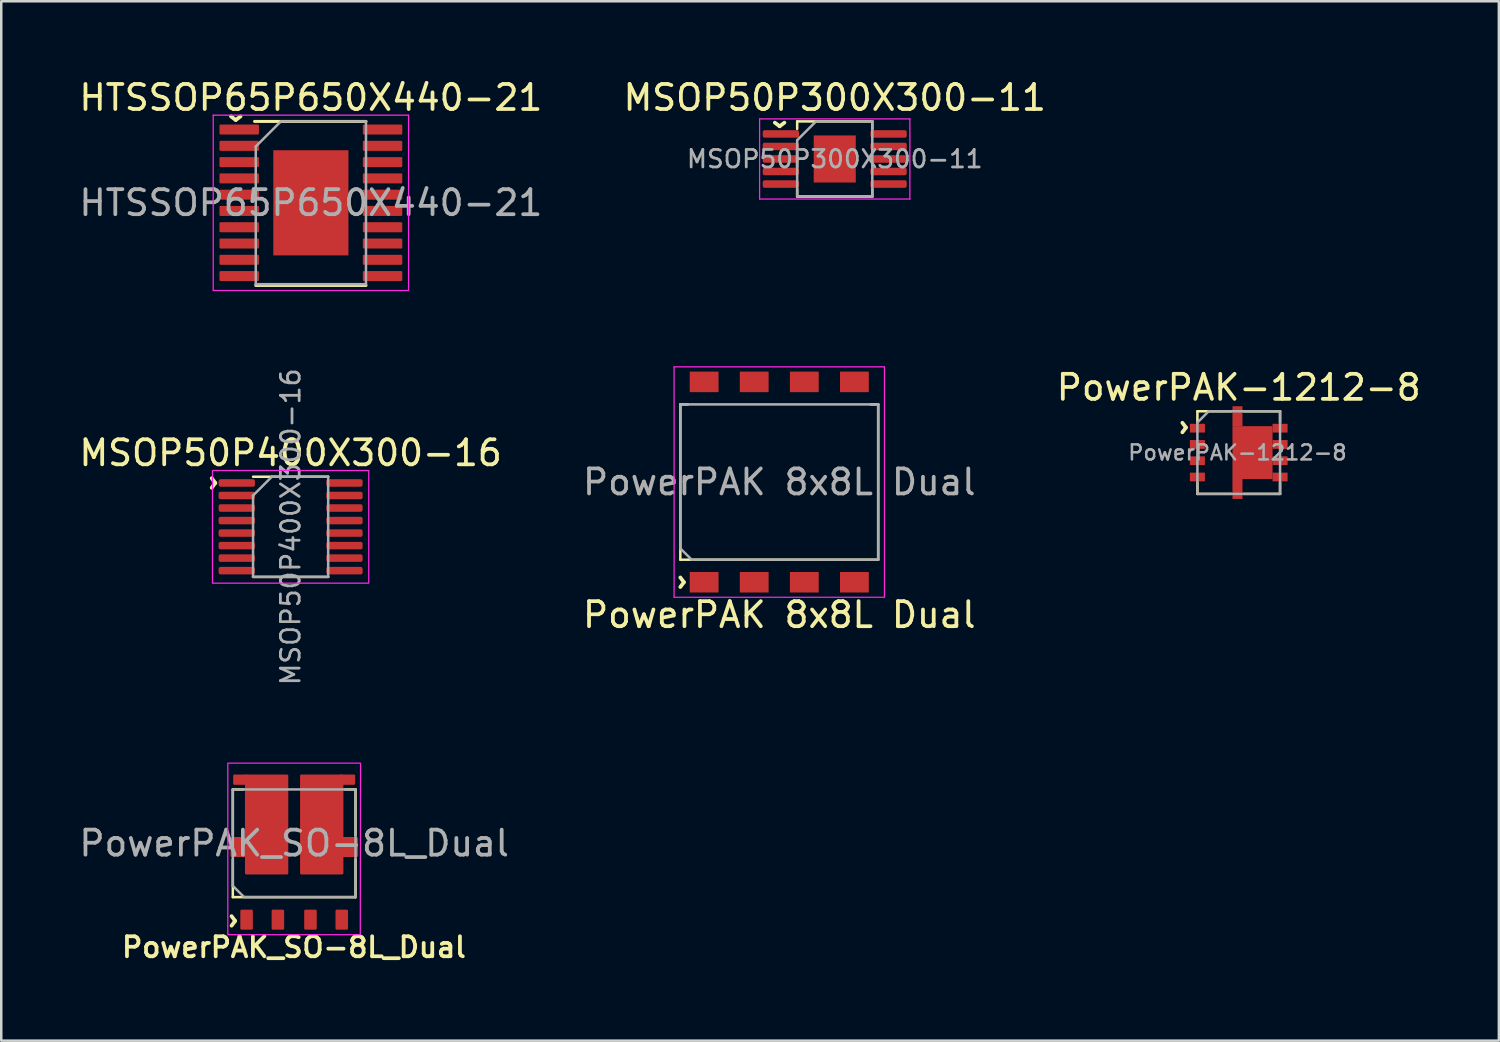
<source format=kicad_pcb>
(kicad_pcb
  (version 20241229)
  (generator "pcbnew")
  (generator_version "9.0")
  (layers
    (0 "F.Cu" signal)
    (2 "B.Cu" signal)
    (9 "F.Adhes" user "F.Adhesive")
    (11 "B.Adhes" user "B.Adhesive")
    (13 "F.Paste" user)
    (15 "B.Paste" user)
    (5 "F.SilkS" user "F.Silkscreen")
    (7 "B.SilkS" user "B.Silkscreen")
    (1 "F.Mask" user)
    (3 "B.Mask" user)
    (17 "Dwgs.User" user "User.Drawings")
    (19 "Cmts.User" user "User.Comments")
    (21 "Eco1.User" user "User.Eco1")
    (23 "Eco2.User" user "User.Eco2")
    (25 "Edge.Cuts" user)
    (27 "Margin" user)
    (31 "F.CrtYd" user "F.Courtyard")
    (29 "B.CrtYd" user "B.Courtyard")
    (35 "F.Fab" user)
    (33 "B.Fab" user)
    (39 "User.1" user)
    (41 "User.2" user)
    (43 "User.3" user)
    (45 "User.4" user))
  (footprint "MSOP50P400X300-16"
    (layer "F.Cu")
    (at 8.554 17.985)
    (property "Reference" "MSOP50P400X300-16" (at 0 -2.95 0) (layer "F.SilkS") (effects (font (size 1 1) (thickness 0.15))))
    (attr smd)
    (fp_line (start -1.5 -2) (end 1.5 -2) (stroke (width 0.1) (type solid)) (layer "F.SilkS"))
    (fp_line (start -1.5 2) (end 1.5 2) (stroke (width 0.1) (type solid)) (layer "F.SilkS"))
    (fp_poly (pts (xy 3.12 -2.25) (xy 3.12 2.25) (xy -3.12 2.25) (xy -3.12 -2.25) (xy 3.12 -2.25)) (stroke (width 0.05) (type solid)) (fill no) (layer "F.CrtYd"))
    (fp_line (start -1.5 -1.25) (end -0.75 -2) (stroke (width 0.1) (type solid)) (layer "F.Fab"))
    (fp_line (start -1.5 2) (end -1.5 -1.25) (stroke (width 0.1) (type solid)) (layer "F.Fab"))
    (fp_line (start -0.75 -2) (end 1.5 -2) (stroke (width 0.1) (type solid)) (layer "F.Fab"))
    (fp_line (start 1.5 -2) (end 1.5 2) (stroke (width 0.1) (type solid)) (layer "F.Fab"))
    (fp_line (start 1.5 2) (end -1.5 2) (stroke (width 0.1) (type solid)) (layer "F.Fab"))
    (fp_text user "^" (at -3.6 -1.75 270) (unlocked yes) (layer "F.SilkS") (effects (font (size 1 1) (thickness 0.15))))
    (fp_text user "${REFERENCE}" (at 0 0 90) (layer "F.Fab") (effects (font (size 0.75 0.75) (thickness 0.11))))
    (pad "1" smd roundrect (at -2.15 -1.75) (size 1.45 0.3) (layers "F.Cu" "F.Mask" "F.Paste") (roundrect_rratio 0.25))
    (pad "2" smd roundrect (at -2.15 -1.25) (size 1.45 0.3) (layers "F.Cu" "F.Mask" "F.Paste") (roundrect_rratio 0.25))
    (pad "3" smd roundrect (at -2.15 -0.75) (size 1.45 0.3) (layers "F.Cu" "F.Mask" "F.Paste") (roundrect_rratio 0.25))
    (pad "4" smd roundrect (at -2.15 -0.25) (size 1.45 0.3) (layers "F.Cu" "F.Mask" "F.Paste") (roundrect_rratio 0.25))
    (pad "5" smd roundrect (at -2.15 0.25) (size 1.45 0.3) (layers "F.Cu" "F.Mask" "F.Paste") (roundrect_rratio 0.25))
    (pad "6" smd roundrect (at -2.15 0.75) (size 1.45 0.3) (layers "F.Cu" "F.Mask" "F.Paste") (roundrect_rratio 0.25))
    (pad "7" smd roundrect (at -2.15 1.25) (size 1.45 0.3) (layers "F.Cu" "F.Mask" "F.Paste") (roundrect_rratio 0.25))
    (pad "8" smd roundrect (at -2.15 1.75) (size 1.45 0.3) (layers "F.Cu" "F.Mask" "F.Paste") (roundrect_rratio 0.25))
    (pad "9" smd roundrect (at 2.15 1.75) (size 1.45 0.3) (layers "F.Cu" "F.Mask" "F.Paste") (roundrect_rratio 0.25))
    (pad "10" smd roundrect (at 2.15 1.25) (size 1.45 0.3) (layers "F.Cu" "F.Mask" "F.Paste") (roundrect_rratio 0.25))
    (pad "11" smd roundrect (at 2.15 0.75) (size 1.45 0.3) (layers "F.Cu" "F.Mask" "F.Paste") (roundrect_rratio 0.25))
    (pad "12" smd roundrect (at 2.15 0.25) (size 1.45 0.3) (layers "F.Cu" "F.Mask" "F.Paste") (roundrect_rratio 0.25))
    (pad "13" smd roundrect (at 2.15 -0.25) (size 1.45 0.3) (layers "F.Cu" "F.Mask" "F.Paste") (roundrect_rratio 0.25))
    (pad "14" smd roundrect (at 2.15 -0.75) (size 1.45 0.3) (layers "F.Cu" "F.Mask" "F.Paste") (roundrect_rratio 0.25))
    (pad "15" smd roundrect (at 2.15 -1.25) (size 1.45 0.3) (layers "F.Cu" "F.Mask" "F.Paste") (roundrect_rratio 0.25))
    (pad "16" smd roundrect (at 2.15 -1.75) (size 1.45 0.3) (layers "F.Cu" "F.Mask" "F.Paste") (roundrect_rratio 0.25)))
  (footprint "MSOP50P300X300-11"
    (layer "F.Cu")
    (at 30.28 3.298)
    (property "Reference" "MSOP50P300X300-11" (at 0 -2.45 0) (layer "F.SilkS") (effects (font (size 1 1) (thickness 0.15))))
    (attr smd)
    (fp_line (start -1.5 -1.5) (end -1.5 -1.2) (stroke (width 0.1) (type solid)) (layer "F.SilkS"))
    (fp_line (start -1.5 1.5) (end -1.5 1.2) (stroke (width 0.1) (type solid)) (layer "F.SilkS"))
    (fp_line (start -1.5 1.5) (end 1.5 1.5) (stroke (width 0.1) (type solid)) (layer "F.SilkS"))
    (fp_line (start 1.5 -1.5) (end -1.5 -1.5) (stroke (width 0.1) (type solid)) (layer "F.SilkS"))
    (fp_line (start 1.5 -1.2) (end 1.5 -1.5) (stroke (width 0.1) (type solid)) (layer "F.SilkS"))
    (fp_line (start 1.5 1.5) (end 1.5 1.2) (stroke (width 0.1) (type solid)) (layer "F.SilkS"))
    (fp_line (start -3 -1.6) (end -3 1.6) (stroke (width 0.05) (type solid)) (layer "F.CrtYd"))
    (fp_line (start -3 1.6) (end 3 1.6) (stroke (width 0.05) (type solid)) (layer "F.CrtYd"))
    (fp_line (start 3 -1.6) (end -3 -1.6) (stroke (width 0.05) (type solid)) (layer "F.CrtYd"))
    (fp_line (start 3 1.6) (end 3 -1.6) (stroke (width 0.05) (type solid)) (layer "F.CrtYd"))
    (fp_line (start -1.5 -0.75) (end -0.75 -1.5) (stroke (width 0.1) (type solid)) (layer "F.Fab"))
    (fp_line (start -1.5 1.5) (end -1.5 -0.75) (stroke (width 0.1) (type solid)) (layer "F.Fab"))
    (fp_line (start -0.75 -1.5) (end 1.5 -1.5) (stroke (width 0.1) (type solid)) (layer "F.Fab"))
    (fp_line (start 1.5 -1.5) (end 1.5 1.5) (stroke (width 0.1) (type solid)) (layer "F.Fab"))
    (fp_line (start 1.5 1.5) (end -1.5 1.5) (stroke (width 0.1) (type solid)) (layer "F.Fab"))
    (fp_text user "^" (at -2.2 -1.9 180) (unlocked yes) (layer "F.SilkS") (effects (font (size 1 1) (thickness 0.15))))
    (fp_text user "${REFERENCE}" (at 0 0 0) (layer "F.Fab") (effects (font (size 0.7 0.7) (thickness 0.11))))
    (pad "" smd roundrect (at -0.42 -0.47) (size 0.68 0.76) (layers "F.Paste") (roundrect_rratio 0.25))
    (pad "" smd roundrect (at -0.42 0.47) (size 0.68 0.76) (layers "F.Paste") (roundrect_rratio 0.25))
    (pad "" smd roundrect (at 0.42 -0.47) (size 0.68 0.76) (layers "F.Paste") (roundrect_rratio 0.25))
    (pad "" smd roundrect (at 0.42 0.47) (size 0.68 0.76) (layers "F.Paste") (roundrect_rratio 0.25))
    (pad "1" smd roundrect (at -2.15 -1) (size 1.45 0.3) (layers "F.Cu" "F.Mask" "F.Paste") (roundrect_rratio 0.25))
    (pad "2" smd roundrect (at -2.15 -0.5) (size 1.45 0.3) (layers "F.Cu" "F.Mask" "F.Paste") (roundrect_rratio 0.25))
    (pad "3" smd roundrect (at -2.15 0) (size 1.45 0.3) (layers "F.Cu" "F.Mask" "F.Paste") (roundrect_rratio 0.25))
    (pad "4" smd roundrect (at -2.15 0.5) (size 1.45 0.3) (layers "F.Cu" "F.Mask" "F.Paste") (roundrect_rratio 0.25))
    (pad "5" smd roundrect (at -2.15 1) (size 1.45 0.3) (layers "F.Cu" "F.Mask" "F.Paste") (roundrect_rratio 0.25))
    (pad "6" smd roundrect (at 2.15 1) (size 1.45 0.3) (layers "F.Cu" "F.Mask" "F.Paste") (roundrect_rratio 0.25))
    (pad "7" smd roundrect (at 2.15 0.5) (size 1.45 0.3) (layers "F.Cu" "F.Mask" "F.Paste") (roundrect_rratio 0.25))
    (pad "8" smd roundrect (at 2.15 0) (size 1.45 0.3) (layers "F.Cu" "F.Mask" "F.Paste") (roundrect_rratio 0.25))
    (pad "9" smd roundrect (at 2.15 -0.5) (size 1.45 0.3) (layers "F.Cu" "F.Mask" "F.Paste") (roundrect_rratio 0.25))
    (pad "10" smd roundrect (at 2.15 -1) (size 1.45 0.3) (layers "F.Cu" "F.Mask" "F.Paste") (roundrect_rratio 0.25))
    (pad "11" smd rect (at 0 0) (size 1.68 1.88) (layers "F.Cu" "F.Mask")))
  (footprint "PowerPAK-1212-8"
    (layer "F.Cu")
    (at 46.411 15.021)
    (property "Reference" "PowerPAK-1212-8" (at 0 -2.6 0) (layer "F.SilkS") (effects (font (size 1 1) (thickness 0.15))))
    (attr smd)
    (fp_line (start -1.65 -1.65) (end -1.65 -1.2) (stroke (width 0.1) (type solid)) (layer "F.SilkS"))
    (fp_line (start -1.65 -1.65) (end -0.3 -1.65) (stroke (width 0.1) (type solid)) (layer "F.SilkS"))
    (fp_line (start -1.65 1.65) (end -1.65 1.2) (stroke (width 0.1) (type solid)) (layer "F.SilkS"))
    (fp_line (start -0.3 1.65) (end -1.65 1.65) (stroke (width 0.1) (type solid)) (layer "F.SilkS"))
    (fp_line (start 1.65 -1.65) (end 0.2 -1.65) (stroke (width 0.1) (type solid)) (layer "F.SilkS"))
    (fp_line (start 1.65 -1.65) (end 1.65 -1.2) (stroke (width 0.1) (type solid)) (layer "F.SilkS"))
    (fp_line (start 1.65 1.65) (end 0.2 1.65) (stroke (width 0.1) (type solid)) (layer "F.SilkS"))
    (fp_line (start 1.65 1.65) (end 1.65 1.2) (stroke (width 0.1) (type solid)) (layer "F.SilkS"))
    (fp_line (start -1.65 -1.2) (end -1.2 -1.65) (stroke (width 0.1) (type solid)) (layer "F.Fab"))
    (fp_line (start -1.65 1.65) (end -1.65 -1.2) (stroke (width 0.1) (type solid)) (layer "F.Fab"))
    (fp_line (start -1.2 -1.65) (end 1.65 -1.65) (stroke (width 0.1) (type solid)) (layer "F.Fab"))
    (fp_line (start 1.65 -1.65) (end 1.65 1.65) (stroke (width 0.1) (type solid)) (layer "F.Fab"))
    (fp_line (start 1.65 1.65) (end -1.65 1.65) (stroke (width 0.1) (type solid)) (layer "F.Fab"))
    (fp_text user "^" (at -2.7 -1 270) (unlocked yes) (layer "F.SilkS") (effects (font (size 1 1) (thickness 0.15))))
    (fp_text user "${REFERENCE}" (at -0.05 0 0) (unlocked yes) (layer "F.Fab") (effects (font (size 0.6 0.6) (thickness 0.1))))
    (pad "1" smd rect (at -1.65 -0.975) (size 0.6 0.35) (layers "F.Cu" "F.Mask" "F.Paste"))
    (pad "2" smd rect (at -1.65 -0.325) (size 0.6 0.35) (layers "F.Cu" "F.Mask" "F.Paste"))
    (pad "3" smd rect (at -1.65 0.325) (size 0.6 0.35) (layers "F.Cu" "F.Mask" "F.Paste"))
    (pad "4" smd rect (at -1.65 0.975) (size 0.6 0.35) (layers "F.Cu" "F.Mask" "F.Paste"))
    (pad "5" smd rect (at 1.65 0.975) (size 0.6 0.35) (layers "F.Cu" "F.Mask" "F.Paste"))
    (pad "6" smd rect (at 1.65 0.325) (size 0.6 0.35) (layers "F.Cu" "F.Mask" "F.Paste"))
    (pad "7" smd rect (at 1.65 -0.325) (size 0.6 0.35) (layers "F.Cu" "F.Mask" "F.Paste"))
    (pad "8" smd rect (at -0.05 -1.45) (size 0.4 0.8) (layers "F.Cu" "F.Mask" "F.Paste"))
    (pad "8" smd rect (at -0.05 1.45) (size 0.4 0.8) (layers "F.Cu" "F.Mask" "F.Paste"))
    (pad "8" smd rect (at 0.55 0) (size 1.6 2.11) (layers "F.Cu" "F.Mask" "F.Paste"))
    (pad "8" smd rect (at 1.65 -0.975) (size 0.6 0.35) (layers "F.Cu" "F.Mask" "F.Paste")))
  (footprint "HTSSOP65P650X440-21"
    (layer "F.Cu")
    (at 9.363 5.048)
    (property "Reference" "HTSSOP65P650X440-21" (at 0 -4.2 0) (layer "F.SilkS") (effects (font (size 1 1) (thickness 0.15))))
    (attr smd)
    (fp_line (start -2.25 -3.25) (end 2.2 -3.25) (stroke (width 0.12) (type solid)) (layer "F.SilkS"))
    (fp_line (start 2.2 3.3) (end -2.2 3.3) (stroke (width 0.12) (type solid)) (layer "F.SilkS"))
    (fp_line (start -3.9 -3.5) (end -3.9 3.5) (stroke (width 0.05) (type solid)) (layer "F.CrtYd"))
    (fp_line (start -3.9 3.5) (end 3.9 3.5) (stroke (width 0.05) (type solid)) (layer "F.CrtYd"))
    (fp_line (start 3.9 -3.5) (end -3.9 -3.5) (stroke (width 0.05) (type solid)) (layer "F.CrtYd"))
    (fp_line (start 3.9 3.5) (end 3.9 -3.5) (stroke (width 0.05) (type solid)) (layer "F.CrtYd"))
    (fp_line (start -2.2 -2.25) (end -1.2 -3.25) (stroke (width 0.1) (type solid)) (layer "F.Fab"))
    (fp_line (start -2.2 3.25) (end -2.2 -2.25) (stroke (width 0.1) (type solid)) (layer "F.Fab"))
    (fp_line (start -1.2 -3.25) (end 2.2 -3.25) (stroke (width 0.1) (type solid)) (layer "F.Fab"))
    (fp_line (start 2.2 -3.25) (end 2.2 3.25) (stroke (width 0.1) (type solid)) (layer "F.Fab"))
    (fp_line (start 2.2 3.25) (end -2.2 3.25) (stroke (width 0.1) (type solid)) (layer "F.Fab"))
    (fp_text user "^" (at -3 -3.9 180) (unlocked yes) (layer "F.SilkS") (effects (font (size 1 1) (thickness 0.15))))
    (fp_text user "${REFERENCE}" (at 0 0 0) (layer "F.Fab") (effects (font (size 1 1) (thickness 0.15))))
    (pad "" smd roundrect (at -0.69 -0.86) (size 1.11 1.38) (layers "F.Paste") (roundrect_rratio 0.225))
    (pad "" smd roundrect (at -0.69 0.86) (size 1.11 1.38) (layers "F.Paste") (roundrect_rratio 0.225))
    (pad "" smd rect (at 0 0) (size 2.75 3.43) (layers "F.Mask"))
    (pad "" smd roundrect (at 0.69 -0.86) (size 1.11 1.38) (layers "F.Paste") (roundrect_rratio 0.225))
    (pad "" smd roundrect (at 0.69 0.86) (size 1.11 1.38) (layers "F.Paste") (roundrect_rratio 0.225))
    (pad "1" smd roundrect (at -2.862 -2.925) (size 1.575 0.4) (layers "F.Cu" "F.Mask" "F.Paste") (roundrect_rratio 0.1))
    (pad "2" smd roundrect (at -2.862 -2.275) (size 1.575 0.4) (layers "F.Cu" "F.Mask" "F.Paste") (roundrect_rratio 0.1))
    (pad "3" smd roundrect (at -2.862 -1.625) (size 1.575 0.4) (layers "F.Cu" "F.Mask" "F.Paste") (roundrect_rratio 0.1))
    (pad "4" smd roundrect (at -2.862 -0.975) (size 1.575 0.4) (layers "F.Cu" "F.Mask" "F.Paste") (roundrect_rratio 0.1))
    (pad "5" smd roundrect (at -2.862 -0.325) (size 1.575 0.4) (layers "F.Cu" "F.Mask" "F.Paste") (roundrect_rratio 0.1))
    (pad "6" smd roundrect (at -2.862 0.325) (size 1.575 0.4) (layers "F.Cu" "F.Mask" "F.Paste") (roundrect_rratio 0.1))
    (pad "7" smd roundrect (at -2.862 0.975) (size 1.575 0.4) (layers "F.Cu" "F.Mask" "F.Paste") (roundrect_rratio 0.1))
    (pad "8" smd roundrect (at -2.862 1.625) (size 1.575 0.4) (layers "F.Cu" "F.Mask" "F.Paste") (roundrect_rratio 0.1))
    (pad "9" smd roundrect (at -2.862 2.275) (size 1.575 0.4) (layers "F.Cu" "F.Mask" "F.Paste") (roundrect_rratio 0.1))
    (pad "10" smd roundrect (at -2.862 2.925) (size 1.575 0.4) (layers "F.Cu" "F.Mask" "F.Paste") (roundrect_rratio 0.1))
    (pad "11" smd roundrect (at 2.862 2.925) (size 1.575 0.4) (layers "F.Cu" "F.Mask" "F.Paste") (roundrect_rratio 0.1))
    (pad "12" smd roundrect (at 2.862 2.275) (size 1.575 0.4) (layers "F.Cu" "F.Mask" "F.Paste") (roundrect_rratio 0.1))
    (pad "13" smd roundrect (at 2.862 1.625) (size 1.575 0.4) (layers "F.Cu" "F.Mask" "F.Paste") (roundrect_rratio 0.1))
    (pad "14" smd roundrect (at 2.862 0.975) (size 1.575 0.4) (layers "F.Cu" "F.Mask" "F.Paste") (roundrect_rratio 0.1))
    (pad "15" smd roundrect (at 2.862 0.325) (size 1.575 0.4) (layers "F.Cu" "F.Mask" "F.Paste") (roundrect_rratio 0.1))
    (pad "16" smd roundrect (at 2.862 -0.325) (size 1.575 0.4) (layers "F.Cu" "F.Mask" "F.Paste") (roundrect_rratio 0.1))
    (pad "17" smd roundrect (at 2.862 -0.975) (size 1.575 0.4) (layers "F.Cu" "F.Mask" "F.Paste") (roundrect_rratio 0.1))
    (pad "18" smd roundrect (at 2.862 -1.625) (size 1.575 0.4) (layers "F.Cu" "F.Mask" "F.Paste") (roundrect_rratio 0.1))
    (pad "19" smd roundrect (at 2.862 -2.275) (size 1.575 0.4) (layers "F.Cu" "F.Mask" "F.Paste") (roundrect_rratio 0.1))
    (pad "20" smd roundrect (at 2.862 -2.925) (size 1.575 0.4) (layers "F.Cu" "F.Mask" "F.Paste") (roundrect_rratio 0.1))
    (pad "21" smd rect (at 0 0) (size 3 4.2) (layers "F.Cu")))
  (footprint "PowerPAK_SO-8L_Dual"
    (layer "F.Cu")
    (at 8.696 30.621)
    (property "Reference" "PowerPAK_SO-8L_Dual" (at -0.01 4.15 0) (layer "F.SilkS") (effects (font (size 0.8 0.8) (thickness 0.15))))
    (attr smd)
    (fp_line (start -2.45 -2.15) (end -2.45 -0.32) (stroke (width 0.1) (type solid)) (layer "F.SilkS"))
    (fp_line (start -2.45 -2.15) (end -2.03 -2.15) (stroke (width 0.1) (type solid)) (layer "F.SilkS"))
    (fp_line (start -2.45 2.15) (end -2.45 0.65) (stroke (width 0.1) (type solid)) (layer "F.SilkS"))
    (fp_line (start 2.45 -2.15) (end 2.03 -2.15) (stroke (width 0.1) (type solid)) (layer "F.SilkS"))
    (fp_line (start 2.45 -2.15) (end 2.45 -0.32) (stroke (width 0.1) (type solid)) (layer "F.SilkS"))
    (fp_line (start 2.45 2.15) (end -2.45 2.15) (stroke (width 0.1) (type solid)) (layer "F.SilkS"))
    (fp_line (start 2.45 2.15) (end 2.45 0.65) (stroke (width 0.1) (type solid)) (layer "F.SilkS"))
    (fp_poly (pts (xy 2.65 -3.2) (xy -2.65 -3.2) (xy -2.65 3.65) (xy 2.64 3.65)) (stroke (width 0.05) (type solid)) (fill no) (layer "F.CrtYd"))
    (fp_line (start -2.45 -2.15) (end 2.45 -2.15) (stroke (width 0.1) (type solid)) (layer "F.Fab"))
    (fp_line (start -2.45 1.7) (end -2.45 -2.15) (stroke (width 0.1) (type solid)) (layer "F.Fab"))
    (fp_line (start -2 2.15) (end -2.45 1.7) (stroke (width 0.1) (type solid)) (layer "F.Fab"))
    (fp_line (start 2.45 -2.15) (end 2.45 2.15) (stroke (width 0.1) (type solid)) (layer "F.Fab"))
    (fp_line (start 2.45 2.15) (end -2 2.15) (stroke (width 0.1) (type solid)) (layer "F.Fab"))
    (fp_text user "^" (at -2.95 3.1 270) (unlocked yes) (layer "F.SilkS") (effects (font (size 1 1) (thickness 0.15))))
    (fp_text user "${REFERENCE}" (at 0 0 0) (layer "F.Fab") (effects (font (size 1 1) (thickness 0.15))))
    (pad "" smd roundrect (at -1.1 -2.25) (size 1.6 0.9) (layers "F.Paste") (roundrect_rratio 0.056))
    (pad "" smd roundrect (at -1.1 -0.75) (size 1.6 0.9) (layers "F.Paste") (roundrect_rratio 0.056))
    (pad "" smd roundrect (at -1.1 0.75) (size 1.6 0.9) (layers "F.Paste") (roundrect_rratio 0.056))
    (pad "" smd roundrect (at 1.1 -2.25) (size 1.6 0.9) (layers "F.Paste") (roundrect_rratio 0.056))
    (pad "" smd roundrect (at 1.1 -0.75) (size 1.6 0.9) (layers "F.Paste") (roundrect_rratio 0.056))
    (pad "" smd roundrect (at 1.1 0.75) (size 1.6 0.9) (layers "F.Paste") (roundrect_rratio 0.056))
    (pad "1" smd roundrect (at -1.9 3.05) (size 0.5 0.8) (layers "F.Cu" "F.Mask" "F.Paste") (roundrect_rratio 0.1))
    (pad "2" smd roundrect (at -0.65 3.05) (size 0.5 0.8) (layers "F.Cu" "F.Mask" "F.Paste") (roundrect_rratio 0.1))
    (pad "3" smd roundrect (at 0.65 3.05) (size 0.5 0.8) (layers "F.Cu" "F.Mask" "F.Paste") (roundrect_rratio 0.1))
    (pad "4" smd roundrect (at 1.9 3.05) (size 0.5 0.8) (layers "F.Cu" "F.Mask" "F.Paste") (roundrect_rratio 0.1))
    (pad "5" smd roundrect (at 1.1 -0.75) (size 1.73 3.99) (layers "F.Cu" "F.Mask") (roundrect_rratio 0.029))
    (pad "5" smd roundrect (at 2.118 -2.54) (size 0.635 0.41) (layers "F.Cu" "F.Mask") (roundrect_rratio 0.122))
    (pad "5" smd roundrect (at 2.201 0.15) (size 0.703 0.8) (layers "F.Cu" "F.Mask") (roundrect_rratio 0.085))
    (pad "8" smd roundrect (at -2.196 0.15) (size 0.693 0.8) (layers "F.Cu" "F.Mask") (roundrect_rratio 0.085))
    (pad "8" smd roundrect (at -2.143 -2.54) (size 0.585 0.41) (layers "F.Cu" "F.Mask") (roundrect_rratio 0.122))
    (pad "8" smd roundrect (at -1.1 -0.75) (size 1.73 3.99) (layers "F.Cu" "F.Mask") (roundrect_rratio 0.029)))
  (footprint "PowerPAK 8x8L Dual"
    (layer "F.Cu")
    (at 28.065 16.198)
    (property "Reference" "PowerPAK 8x8L Dual" (at 0 5.3 0) (layer "F.SilkS") (effects (font (size 1 1) (thickness 0.15))))
    (attr smd)
    (fp_line (start -3.95 -3.1) (end -3.95 3.1) (stroke (width 0.1) (type solid)) (layer "F.SilkS"))
    (fp_line (start -3.95 -3.1) (end -3.65 -3.1) (stroke (width 0.1) (type solid)) (layer "F.SilkS"))
    (fp_line (start -3.95 3.1) (end 3.95 3.1) (stroke (width 0.1) (type solid)) (layer "F.SilkS"))
    (fp_line (start 3.95 -3.1) (end 3.65 -3.1) (stroke (width 0.1) (type solid)) (layer "F.SilkS"))
    (fp_line (start 3.95 3.1) (end 3.95 -3.1) (stroke (width 0.1) (type solid)) (layer "F.SilkS"))
    (fp_line (start -4.2 -4.6) (end -4.2 4.6) (stroke (width 0.05) (type solid)) (layer "F.CrtYd"))
    (fp_line (start -4.2 -4.6) (end 4.2 -4.6) (stroke (width 0.05) (type solid)) (layer "F.CrtYd"))
    (fp_line (start 4.2 -4.6) (end 4.2 4.6) (stroke (width 0.05) (type solid)) (layer "F.CrtYd"))
    (fp_line (start 4.2 4.6) (end -4.2 4.6) (stroke (width 0.05) (type solid)) (layer "F.CrtYd"))
    (fp_line (start -3.95 -3.1) (end 3.95 -3.1) (stroke (width 0.1) (type solid)) (layer "F.Fab"))
    (fp_line (start -3.95 2.65) (end -3.95 -3.1) (stroke (width 0.1) (type solid)) (layer "F.Fab"))
    (fp_line (start -3.5 3.1) (end -3.95 2.65) (stroke (width 0.1) (type solid)) (layer "F.Fab"))
    (fp_line (start 3.95 -3.1) (end 3.95 3.1) (stroke (width 0.1) (type solid)) (layer "F.Fab"))
    (fp_line (start 3.95 3.1) (end -3.5 3.1) (stroke (width 0.1) (type solid)) (layer "F.Fab"))
    (fp_text user "^" (at -4.4 4 270) (unlocked yes) (layer "F.SilkS") (effects (font (size 1 1) (thickness 0.15))))
    (fp_text user "${REFERENCE}" (at 0 0 0) (unlocked yes) (layer "F.Fab") (effects (font (size 1 1) (thickness 0.15))))
    (pad "1" smd rect (at -3 4) (size 1.15 0.82) (layers "F.Cu" "F.Mask" "F.Paste"))
    (pad "2" smd rect (at -1 4) (size 1.15 0.82) (layers "F.Cu" "F.Mask" "F.Paste"))
    (pad "3" smd rect (at 1 4) (size 1.15 0.82) (layers "F.Cu" "F.Mask" "F.Paste"))
    (pad "4" smd rect (at 3 4) (size 1.15 0.82) (layers "F.Cu" "F.Mask" "F.Paste"))
    (pad "5" smd rect (at 3 -4) (size 1.15 0.82) (layers "F.Cu" "F.Mask" "F.Paste"))
    (pad "6" smd rect (at 1 -4) (size 1.15 0.82) (layers "F.Cu" "F.Mask" "F.Paste"))
    (pad "7" smd rect (at -1 -4) (size 1.15 0.82) (layers "F.Cu" "F.Mask" "F.Paste"))
    (pad "8" smd rect (at -3 -4) (size 1.15 0.82) (layers "F.Cu" "F.Mask" "F.Paste")))
  (gr_rect
    (start -3 -3)
    (end 56.798 38.502)
    (stroke (width 0.1) (type default))
    (fill no)
    (layer "Edge.Cuts")))
</source>
